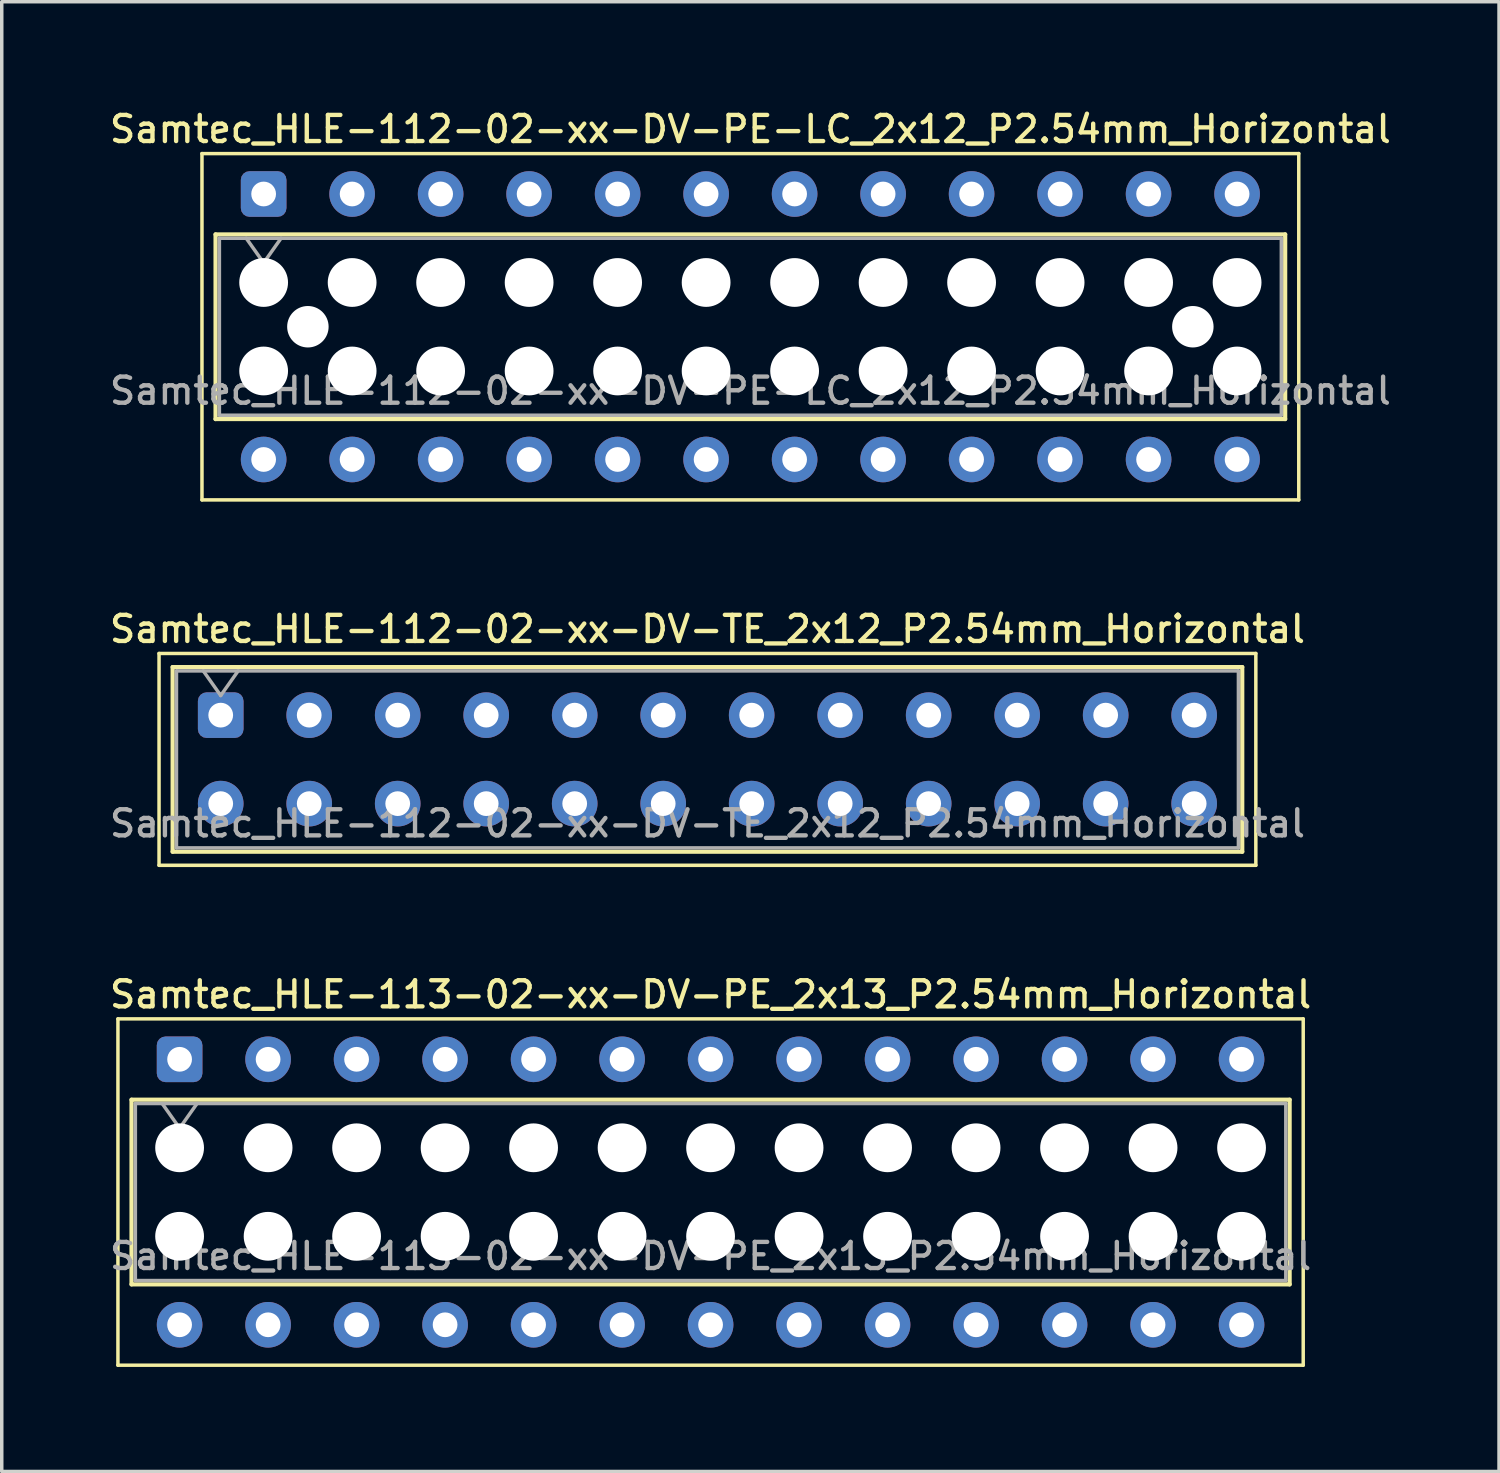
<source format=kicad_pcb>
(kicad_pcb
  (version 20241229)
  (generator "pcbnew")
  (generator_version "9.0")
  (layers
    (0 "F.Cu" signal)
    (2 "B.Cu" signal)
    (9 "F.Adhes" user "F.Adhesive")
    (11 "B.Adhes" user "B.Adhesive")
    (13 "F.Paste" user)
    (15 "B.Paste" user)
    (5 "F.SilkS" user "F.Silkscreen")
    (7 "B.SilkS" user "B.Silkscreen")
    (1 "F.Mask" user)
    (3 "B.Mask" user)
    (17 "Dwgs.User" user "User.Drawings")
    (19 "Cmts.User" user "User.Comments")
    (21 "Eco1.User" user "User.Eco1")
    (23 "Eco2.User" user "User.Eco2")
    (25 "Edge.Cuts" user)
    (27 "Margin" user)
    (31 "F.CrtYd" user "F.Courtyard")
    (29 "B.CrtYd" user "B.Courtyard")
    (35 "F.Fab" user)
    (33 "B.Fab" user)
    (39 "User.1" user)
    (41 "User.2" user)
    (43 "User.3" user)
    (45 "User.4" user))
  (footprint "Samtec_HLE-112-02-xx-DV-PE-LC_2x12_P2.54mm_Horizontal"
    (layer "F.Cu")
    (at 4.517 2.518)
    (property "Reference" "Samtec_HLE-112-02-xx-DV-PE-LC_2x12_P2.54mm_Horizontal" (at 13.97 -1.86 0) (layer "F.SilkS") (effects (font (size 0.75 0.75) (thickness 0.125))))
    (attr through_hole)
    (fp_line (start -1.77 -1.16) (end 29.71 -1.16) (stroke (width 0.1) (type solid)) (layer "F.SilkS"))
    (fp_line (start -1.77 8.78) (end -1.77 -1.16) (stroke (width 0.1) (type solid)) (layer "F.SilkS"))
    (fp_line (start -1.38 1.16) (end 29.32 1.16) (stroke (width 0.12) (type solid)) (layer "F.SilkS"))
    (fp_line (start -1.38 6.46) (end -1.38 1.16) (stroke (width 0.12) (type solid)) (layer "F.SilkS"))
    (fp_line (start 29.32 1.16) (end 29.32 6.46) (stroke (width 0.12) (type solid)) (layer "F.SilkS"))
    (fp_line (start 29.32 6.46) (end -1.38 6.46) (stroke (width 0.12) (type solid)) (layer "F.SilkS"))
    (fp_line (start 29.71 -1.16) (end 29.71 8.78) (stroke (width 0.1) (type solid)) (layer "F.SilkS"))
    (fp_line (start 29.71 8.78) (end -1.77 8.78) (stroke (width 0.1) (type solid)) (layer "F.SilkS"))
    (fp_line (start -1.27 1.27) (end 29.21 1.27) (stroke (width 0.1) (type solid)) (layer "F.Fab"))
    (fp_line (start -1.27 6.35) (end -1.27 1.27) (stroke (width 0.1) (type solid)) (layer "F.Fab"))
    (fp_line (start -0.5 1.27) (end 0 1.977) (stroke (width 0.1) (type solid)) (layer "F.Fab"))
    (fp_line (start 0 1.977) (end 0.5 1.27) (stroke (width 0.1) (type solid)) (layer "F.Fab"))
    (fp_line (start 29.21 1.27) (end 29.21 6.35) (stroke (width 0.1) (type solid)) (layer "F.Fab"))
    (fp_line (start 29.21 6.35) (end -1.27 6.35) (stroke (width 0.1) (type solid)) (layer "F.Fab"))
    (fp_text user "${REFERENCE}" (at 13.97 5.65 0) (layer "F.Fab") (effects (font (size 0.75 0.75) (thickness 0.125))))
    (pad "" np_thru_hole circle (at 0 2.54) (size 1.4 1.4) (drill 1.4) (layers "*.Cu" "*.Mask"))
    (pad "" np_thru_hole circle (at 0 5.08) (size 1.4 1.4) (drill 1.4) (layers "*.Cu" "*.Mask"))
    (pad "" np_thru_hole circle (at 1.27 3.81) (size 1.19 1.19) (drill 1.19) (layers "*.Cu" "*.Mask"))
    (pad "" np_thru_hole circle (at 2.54 2.54) (size 1.4 1.4) (drill 1.4) (layers "*.Cu" "*.Mask"))
    (pad "" np_thru_hole circle (at 2.54 5.08) (size 1.4 1.4) (drill 1.4) (layers "*.Cu" "*.Mask"))
    (pad "" np_thru_hole circle (at 5.08 2.54) (size 1.4 1.4) (drill 1.4) (layers "*.Cu" "*.Mask"))
    (pad "" np_thru_hole circle (at 5.08 5.08) (size 1.4 1.4) (drill 1.4) (layers "*.Cu" "*.Mask"))
    (pad "" np_thru_hole circle (at 7.62 2.54) (size 1.4 1.4) (drill 1.4) (layers "*.Cu" "*.Mask"))
    (pad "" np_thru_hole circle (at 7.62 5.08) (size 1.4 1.4) (drill 1.4) (layers "*.Cu" "*.Mask"))
    (pad "" np_thru_hole circle (at 10.16 2.54) (size 1.4 1.4) (drill 1.4) (layers "*.Cu" "*.Mask"))
    (pad "" np_thru_hole circle (at 10.16 5.08) (size 1.4 1.4) (drill 1.4) (layers "*.Cu" "*.Mask"))
    (pad "" np_thru_hole circle (at 12.7 2.54) (size 1.4 1.4) (drill 1.4) (layers "*.Cu" "*.Mask"))
    (pad "" np_thru_hole circle (at 12.7 5.08) (size 1.4 1.4) (drill 1.4) (layers "*.Cu" "*.Mask"))
    (pad "" np_thru_hole circle (at 15.24 2.54) (size 1.4 1.4) (drill 1.4) (layers "*.Cu" "*.Mask"))
    (pad "" np_thru_hole circle (at 15.24 5.08) (size 1.4 1.4) (drill 1.4) (layers "*.Cu" "*.Mask"))
    (pad "" np_thru_hole circle (at 17.78 2.54) (size 1.4 1.4) (drill 1.4) (layers "*.Cu" "*.Mask"))
    (pad "" np_thru_hole circle (at 17.78 5.08) (size 1.4 1.4) (drill 1.4) (layers "*.Cu" "*.Mask"))
    (pad "" np_thru_hole circle (at 20.32 2.54) (size 1.4 1.4) (drill 1.4) (layers "*.Cu" "*.Mask"))
    (pad "" np_thru_hole circle (at 20.32 5.08) (size 1.4 1.4) (drill 1.4) (layers "*.Cu" "*.Mask"))
    (pad "" np_thru_hole circle (at 22.86 2.54) (size 1.4 1.4) (drill 1.4) (layers "*.Cu" "*.Mask"))
    (pad "" np_thru_hole circle (at 22.86 5.08) (size 1.4 1.4) (drill 1.4) (layers "*.Cu" "*.Mask"))
    (pad "" np_thru_hole circle (at 25.4 2.54) (size 1.4 1.4) (drill 1.4) (layers "*.Cu" "*.Mask"))
    (pad "" np_thru_hole circle (at 25.4 5.08) (size 1.4 1.4) (drill 1.4) (layers "*.Cu" "*.Mask"))
    (pad "" np_thru_hole circle (at 26.67 3.81) (size 1.19 1.19) (drill 1.19) (layers "*.Cu" "*.Mask"))
    (pad "" np_thru_hole circle (at 27.94 2.54) (size 1.4 1.4) (drill 1.4) (layers "*.Cu" "*.Mask"))
    (pad "" np_thru_hole circle (at 27.94 5.08) (size 1.4 1.4) (drill 1.4) (layers "*.Cu" "*.Mask"))
    (pad "1" thru_hole roundrect (at 0 0) (size 1.31 1.31) (drill 0.71) (layers "*.Cu" "*.Mask") (roundrect_rratio 0.191))
    (pad "2" thru_hole circle (at 0 7.62) (size 1.31 1.31) (drill 0.71) (layers "*.Cu" "*.Mask"))
    (pad "3" thru_hole circle (at 2.54 0) (size 1.31 1.31) (drill 0.71) (layers "*.Cu" "*.Mask"))
    (pad "4" thru_hole circle (at 2.54 7.62) (size 1.31 1.31) (drill 0.71) (layers "*.Cu" "*.Mask"))
    (pad "5" thru_hole circle (at 5.08 0) (size 1.31 1.31) (drill 0.71) (layers "*.Cu" "*.Mask"))
    (pad "6" thru_hole circle (at 5.08 7.62) (size 1.31 1.31) (drill 0.71) (layers "*.Cu" "*.Mask"))
    (pad "7" thru_hole circle (at 7.62 0) (size 1.31 1.31) (drill 0.71) (layers "*.Cu" "*.Mask"))
    (pad "8" thru_hole circle (at 7.62 7.62) (size 1.31 1.31) (drill 0.71) (layers "*.Cu" "*.Mask"))
    (pad "9" thru_hole circle (at 10.16 0) (size 1.31 1.31) (drill 0.71) (layers "*.Cu" "*.Mask"))
    (pad "10" thru_hole circle (at 10.16 7.62) (size 1.31 1.31) (drill 0.71) (layers "*.Cu" "*.Mask"))
    (pad "11" thru_hole circle (at 12.7 0) (size 1.31 1.31) (drill 0.71) (layers "*.Cu" "*.Mask"))
    (pad "12" thru_hole circle (at 12.7 7.62) (size 1.31 1.31) (drill 0.71) (layers "*.Cu" "*.Mask"))
    (pad "13" thru_hole circle (at 15.24 0) (size 1.31 1.31) (drill 0.71) (layers "*.Cu" "*.Mask"))
    (pad "14" thru_hole circle (at 15.24 7.62) (size 1.31 1.31) (drill 0.71) (layers "*.Cu" "*.Mask"))
    (pad "15" thru_hole circle (at 17.78 0) (size 1.31 1.31) (drill 0.71) (layers "*.Cu" "*.Mask"))
    (pad "16" thru_hole circle (at 17.78 7.62) (size 1.31 1.31) (drill 0.71) (layers "*.Cu" "*.Mask"))
    (pad "17" thru_hole circle (at 20.32 0) (size 1.31 1.31) (drill 0.71) (layers "*.Cu" "*.Mask"))
    (pad "18" thru_hole circle (at 20.32 7.62) (size 1.31 1.31) (drill 0.71) (layers "*.Cu" "*.Mask"))
    (pad "19" thru_hole circle (at 22.86 0) (size 1.31 1.31) (drill 0.71) (layers "*.Cu" "*.Mask"))
    (pad "20" thru_hole circle (at 22.86 7.62) (size 1.31 1.31) (drill 0.71) (layers "*.Cu" "*.Mask"))
    (pad "21" thru_hole circle (at 25.4 0) (size 1.31 1.31) (drill 0.71) (layers "*.Cu" "*.Mask"))
    (pad "22" thru_hole circle (at 25.4 7.62) (size 1.31 1.31) (drill 0.71) (layers "*.Cu" "*.Mask"))
    (pad "23" thru_hole circle (at 27.94 0) (size 1.31 1.31) (drill 0.71) (layers "*.Cu" "*.Mask"))
    (pad "24" thru_hole circle (at 27.94 7.62) (size 1.31 1.31) (drill 0.71) (layers "*.Cu" "*.Mask")))
  (footprint "Samtec_HLE-112-02-xx-DV-TE_2x12_P2.54mm_Horizontal"
    (layer "F.Cu")
    (at 3.285 17.476)
    (property "Reference" "Samtec_HLE-112-02-xx-DV-TE_2x12_P2.54mm_Horizontal" (at 13.97 -2.47 0) (layer "F.SilkS") (effects (font (size 0.75 0.75) (thickness 0.125))))
    (attr through_hole)
    (fp_line (start -1.77 -1.77) (end 29.71 -1.77) (stroke (width 0.1) (type solid)) (layer "F.SilkS"))
    (fp_line (start -1.77 4.31) (end -1.77 -1.77) (stroke (width 0.1) (type solid)) (layer "F.SilkS"))
    (fp_line (start -1.38 -1.38) (end 29.32 -1.38) (stroke (width 0.12) (type solid)) (layer "F.SilkS"))
    (fp_line (start -1.38 3.92) (end -1.38 -1.38) (stroke (width 0.12) (type solid)) (layer "F.SilkS"))
    (fp_line (start 29.32 -1.38) (end 29.32 3.92) (stroke (width 0.12) (type solid)) (layer "F.SilkS"))
    (fp_line (start 29.32 3.92) (end -1.38 3.92) (stroke (width 0.12) (type solid)) (layer "F.SilkS"))
    (fp_line (start 29.71 -1.77) (end 29.71 4.31) (stroke (width 0.1) (type solid)) (layer "F.SilkS"))
    (fp_line (start 29.71 4.31) (end -1.77 4.31) (stroke (width 0.1) (type solid)) (layer "F.SilkS"))
    (fp_line (start -1.27 -1.27) (end 29.21 -1.27) (stroke (width 0.1) (type solid)) (layer "F.Fab"))
    (fp_line (start -1.27 3.81) (end -1.27 -1.27) (stroke (width 0.1) (type solid)) (layer "F.Fab"))
    (fp_line (start -0.5 -1.27) (end 0 -0.563) (stroke (width 0.1) (type solid)) (layer "F.Fab"))
    (fp_line (start 0 -0.563) (end 0.5 -1.27) (stroke (width 0.1) (type solid)) (layer "F.Fab"))
    (fp_line (start 29.21 -1.27) (end 29.21 3.81) (stroke (width 0.1) (type solid)) (layer "F.Fab"))
    (fp_line (start 29.21 3.81) (end -1.27 3.81) (stroke (width 0.1) (type solid)) (layer "F.Fab"))
    (fp_text user "${REFERENCE}" (at 13.97 3.11 0) (layer "F.Fab") (effects (font (size 0.75 0.75) (thickness 0.125))))
    (pad "1" thru_hole roundrect (at 0 0) (size 1.31 1.31) (drill 0.71) (layers "*.Cu" "*.Mask") (roundrect_rratio 0.191))
    (pad "2" thru_hole circle (at 0 2.54) (size 1.31 1.31) (drill 0.71) (layers "*.Cu" "*.Mask"))
    (pad "3" thru_hole circle (at 2.54 0) (size 1.31 1.31) (drill 0.71) (layers "*.Cu" "*.Mask"))
    (pad "4" thru_hole circle (at 2.54 2.54) (size 1.31 1.31) (drill 0.71) (layers "*.Cu" "*.Mask"))
    (pad "5" thru_hole circle (at 5.08 0) (size 1.31 1.31) (drill 0.71) (layers "*.Cu" "*.Mask"))
    (pad "6" thru_hole circle (at 5.08 2.54) (size 1.31 1.31) (drill 0.71) (layers "*.Cu" "*.Mask"))
    (pad "7" thru_hole circle (at 7.62 0) (size 1.31 1.31) (drill 0.71) (layers "*.Cu" "*.Mask"))
    (pad "8" thru_hole circle (at 7.62 2.54) (size 1.31 1.31) (drill 0.71) (layers "*.Cu" "*.Mask"))
    (pad "9" thru_hole circle (at 10.16 0) (size 1.31 1.31) (drill 0.71) (layers "*.Cu" "*.Mask"))
    (pad "10" thru_hole circle (at 10.16 2.54) (size 1.31 1.31) (drill 0.71) (layers "*.Cu" "*.Mask"))
    (pad "11" thru_hole circle (at 12.7 0) (size 1.31 1.31) (drill 0.71) (layers "*.Cu" "*.Mask"))
    (pad "12" thru_hole circle (at 12.7 2.54) (size 1.31 1.31) (drill 0.71) (layers "*.Cu" "*.Mask"))
    (pad "13" thru_hole circle (at 15.24 0) (size 1.31 1.31) (drill 0.71) (layers "*.Cu" "*.Mask"))
    (pad "14" thru_hole circle (at 15.24 2.54) (size 1.31 1.31) (drill 0.71) (layers "*.Cu" "*.Mask"))
    (pad "15" thru_hole circle (at 17.78 0) (size 1.31 1.31) (drill 0.71) (layers "*.Cu" "*.Mask"))
    (pad "16" thru_hole circle (at 17.78 2.54) (size 1.31 1.31) (drill 0.71) (layers "*.Cu" "*.Mask"))
    (pad "17" thru_hole circle (at 20.32 0) (size 1.31 1.31) (drill 0.71) (layers "*.Cu" "*.Mask"))
    (pad "18" thru_hole circle (at 20.32 2.54) (size 1.31 1.31) (drill 0.71) (layers "*.Cu" "*.Mask"))
    (pad "19" thru_hole circle (at 22.86 0) (size 1.31 1.31) (drill 0.71) (layers "*.Cu" "*.Mask"))
    (pad "20" thru_hole circle (at 22.86 2.54) (size 1.31 1.31) (drill 0.71) (layers "*.Cu" "*.Mask"))
    (pad "21" thru_hole circle (at 25.4 0) (size 1.31 1.31) (drill 0.71) (layers "*.Cu" "*.Mask"))
    (pad "22" thru_hole circle (at 25.4 2.54) (size 1.31 1.31) (drill 0.71) (layers "*.Cu" "*.Mask"))
    (pad "23" thru_hole circle (at 27.94 0) (size 1.31 1.31) (drill 0.71) (layers "*.Cu" "*.Mask"))
    (pad "24" thru_hole circle (at 27.94 2.54) (size 1.31 1.31) (drill 0.71) (layers "*.Cu" "*.Mask")))
  (footprint "Samtec_HLE-113-02-xx-DV-PE_2x13_P2.54mm_Horizontal"
    (layer "F.Cu")
    (at 2.105 27.354)
    (property "Reference" "Samtec_HLE-113-02-xx-DV-PE_2x13_P2.54mm_Horizontal" (at 15.24 -1.86 0) (layer "F.SilkS") (effects (font (size 0.75 0.75) (thickness 0.125))))
    (attr through_hole)
    (fp_line (start -1.77 -1.16) (end 32.25 -1.16) (stroke (width 0.1) (type solid)) (layer "F.SilkS"))
    (fp_line (start -1.77 8.78) (end -1.77 -1.16) (stroke (width 0.1) (type solid)) (layer "F.SilkS"))
    (fp_line (start -1.38 1.16) (end 31.86 1.16) (stroke (width 0.12) (type solid)) (layer "F.SilkS"))
    (fp_line (start -1.38 6.46) (end -1.38 1.16) (stroke (width 0.12) (type solid)) (layer "F.SilkS"))
    (fp_line (start 31.86 1.16) (end 31.86 6.46) (stroke (width 0.12) (type solid)) (layer "F.SilkS"))
    (fp_line (start 31.86 6.46) (end -1.38 6.46) (stroke (width 0.12) (type solid)) (layer "F.SilkS"))
    (fp_line (start 32.25 -1.16) (end 32.25 8.78) (stroke (width 0.1) (type solid)) (layer "F.SilkS"))
    (fp_line (start 32.25 8.78) (end -1.77 8.78) (stroke (width 0.1) (type solid)) (layer "F.SilkS"))
    (fp_line (start -1.27 1.27) (end 31.75 1.27) (stroke (width 0.1) (type solid)) (layer "F.Fab"))
    (fp_line (start -1.27 6.35) (end -1.27 1.27) (stroke (width 0.1) (type solid)) (layer "F.Fab"))
    (fp_line (start -0.5 1.27) (end 0 1.977) (stroke (width 0.1) (type solid)) (layer "F.Fab"))
    (fp_line (start 0 1.977) (end 0.5 1.27) (stroke (width 0.1) (type solid)) (layer "F.Fab"))
    (fp_line (start 31.75 1.27) (end 31.75 6.35) (stroke (width 0.1) (type solid)) (layer "F.Fab"))
    (fp_line (start 31.75 6.35) (end -1.27 6.35) (stroke (width 0.1) (type solid)) (layer "F.Fab"))
    (fp_text user "${REFERENCE}" (at 15.24 5.65 0) (layer "F.Fab") (effects (font (size 0.75 0.75) (thickness 0.125))))
    (pad "" np_thru_hole circle (at 0 2.54) (size 1.4 1.4) (drill 1.4) (layers "*.Cu" "*.Mask"))
    (pad "" np_thru_hole circle (at 0 5.08) (size 1.4 1.4) (drill 1.4) (layers "*.Cu" "*.Mask"))
    (pad "" np_thru_hole circle (at 2.54 2.54) (size 1.4 1.4) (drill 1.4) (layers "*.Cu" "*.Mask"))
    (pad "" np_thru_hole circle (at 2.54 5.08) (size 1.4 1.4) (drill 1.4) (layers "*.Cu" "*.Mask"))
    (pad "" np_thru_hole circle (at 5.08 2.54) (size 1.4 1.4) (drill 1.4) (layers "*.Cu" "*.Mask"))
    (pad "" np_thru_hole circle (at 5.08 5.08) (size 1.4 1.4) (drill 1.4) (layers "*.Cu" "*.Mask"))
    (pad "" np_thru_hole circle (at 7.62 2.54) (size 1.4 1.4) (drill 1.4) (layers "*.Cu" "*.Mask"))
    (pad "" np_thru_hole circle (at 7.62 5.08) (size 1.4 1.4) (drill 1.4) (layers "*.Cu" "*.Mask"))
    (pad "" np_thru_hole circle (at 10.16 2.54) (size 1.4 1.4) (drill 1.4) (layers "*.Cu" "*.Mask"))
    (pad "" np_thru_hole circle (at 10.16 5.08) (size 1.4 1.4) (drill 1.4) (layers "*.Cu" "*.Mask"))
    (pad "" np_thru_hole circle (at 12.7 2.54) (size 1.4 1.4) (drill 1.4) (layers "*.Cu" "*.Mask"))
    (pad "" np_thru_hole circle (at 12.7 5.08) (size 1.4 1.4) (drill 1.4) (layers "*.Cu" "*.Mask"))
    (pad "" np_thru_hole circle (at 15.24 2.54) (size 1.4 1.4) (drill 1.4) (layers "*.Cu" "*.Mask"))
    (pad "" np_thru_hole circle (at 15.24 5.08) (size 1.4 1.4) (drill 1.4) (layers "*.Cu" "*.Mask"))
    (pad "" np_thru_hole circle (at 17.78 2.54) (size 1.4 1.4) (drill 1.4) (layers "*.Cu" "*.Mask"))
    (pad "" np_thru_hole circle (at 17.78 5.08) (size 1.4 1.4) (drill 1.4) (layers "*.Cu" "*.Mask"))
    (pad "" np_thru_hole circle (at 20.32 2.54) (size 1.4 1.4) (drill 1.4) (layers "*.Cu" "*.Mask"))
    (pad "" np_thru_hole circle (at 20.32 5.08) (size 1.4 1.4) (drill 1.4) (layers "*.Cu" "*.Mask"))
    (pad "" np_thru_hole circle (at 22.86 2.54) (size 1.4 1.4) (drill 1.4) (layers "*.Cu" "*.Mask"))
    (pad "" np_thru_hole circle (at 22.86 5.08) (size 1.4 1.4) (drill 1.4) (layers "*.Cu" "*.Mask"))
    (pad "" np_thru_hole circle (at 25.4 2.54) (size 1.4 1.4) (drill 1.4) (layers "*.Cu" "*.Mask"))
    (pad "" np_thru_hole circle (at 25.4 5.08) (size 1.4 1.4) (drill 1.4) (layers "*.Cu" "*.Mask"))
    (pad "" np_thru_hole circle (at 27.94 2.54) (size 1.4 1.4) (drill 1.4) (layers "*.Cu" "*.Mask"))
    (pad "" np_thru_hole circle (at 27.94 5.08) (size 1.4 1.4) (drill 1.4) (layers "*.Cu" "*.Mask"))
    (pad "" np_thru_hole circle (at 30.48 2.54) (size 1.4 1.4) (drill 1.4) (layers "*.Cu" "*.Mask"))
    (pad "" np_thru_hole circle (at 30.48 5.08) (size 1.4 1.4) (drill 1.4) (layers "*.Cu" "*.Mask"))
    (pad "1" thru_hole roundrect (at 0 0) (size 1.31 1.31) (drill 0.71) (layers "*.Cu" "*.Mask") (roundrect_rratio 0.191))
    (pad "2" thru_hole circle (at 0 7.62) (size 1.31 1.31) (drill 0.71) (layers "*.Cu" "*.Mask"))
    (pad "3" thru_hole circle (at 2.54 0) (size 1.31 1.31) (drill 0.71) (layers "*.Cu" "*.Mask"))
    (pad "4" thru_hole circle (at 2.54 7.62) (size 1.31 1.31) (drill 0.71) (layers "*.Cu" "*.Mask"))
    (pad "5" thru_hole circle (at 5.08 0) (size 1.31 1.31) (drill 0.71) (layers "*.Cu" "*.Mask"))
    (pad "6" thru_hole circle (at 5.08 7.62) (size 1.31 1.31) (drill 0.71) (layers "*.Cu" "*.Mask"))
    (pad "7" thru_hole circle (at 7.62 0) (size 1.31 1.31) (drill 0.71) (layers "*.Cu" "*.Mask"))
    (pad "8" thru_hole circle (at 7.62 7.62) (size 1.31 1.31) (drill 0.71) (layers "*.Cu" "*.Mask"))
    (pad "9" thru_hole circle (at 10.16 0) (size 1.31 1.31) (drill 0.71) (layers "*.Cu" "*.Mask"))
    (pad "10" thru_hole circle (at 10.16 7.62) (size 1.31 1.31) (drill 0.71) (layers "*.Cu" "*.Mask"))
    (pad "11" thru_hole circle (at 12.7 0) (size 1.31 1.31) (drill 0.71) (layers "*.Cu" "*.Mask"))
    (pad "12" thru_hole circle (at 12.7 7.62) (size 1.31 1.31) (drill 0.71) (layers "*.Cu" "*.Mask"))
    (pad "13" thru_hole circle (at 15.24 0) (size 1.31 1.31) (drill 0.71) (layers "*.Cu" "*.Mask"))
    (pad "14" thru_hole circle (at 15.24 7.62) (size 1.31 1.31) (drill 0.71) (layers "*.Cu" "*.Mask"))
    (pad "15" thru_hole circle (at 17.78 0) (size 1.31 1.31) (drill 0.71) (layers "*.Cu" "*.Mask"))
    (pad "16" thru_hole circle (at 17.78 7.62) (size 1.31 1.31) (drill 0.71) (layers "*.Cu" "*.Mask"))
    (pad "17" thru_hole circle (at 20.32 0) (size 1.31 1.31) (drill 0.71) (layers "*.Cu" "*.Mask"))
    (pad "18" thru_hole circle (at 20.32 7.62) (size 1.31 1.31) (drill 0.71) (layers "*.Cu" "*.Mask"))
    (pad "19" thru_hole circle (at 22.86 0) (size 1.31 1.31) (drill 0.71) (layers "*.Cu" "*.Mask"))
    (pad "20" thru_hole circle (at 22.86 7.62) (size 1.31 1.31) (drill 0.71) (layers "*.Cu" "*.Mask"))
    (pad "21" thru_hole circle (at 25.4 0) (size 1.31 1.31) (drill 0.71) (layers "*.Cu" "*.Mask"))
    (pad "22" thru_hole circle (at 25.4 7.62) (size 1.31 1.31) (drill 0.71) (layers "*.Cu" "*.Mask"))
    (pad "23" thru_hole circle (at 27.94 0) (size 1.31 1.31) (drill 0.71) (layers "*.Cu" "*.Mask"))
    (pad "24" thru_hole circle (at 27.94 7.62) (size 1.31 1.31) (drill 0.71) (layers "*.Cu" "*.Mask"))
    (pad "25" thru_hole circle (at 30.48 0) (size 1.31 1.31) (drill 0.71) (layers "*.Cu" "*.Mask"))
    (pad "26" thru_hole circle (at 30.48 7.62) (size 1.31 1.31) (drill 0.71) (layers "*.Cu" "*.Mask")))
  (gr_rect
    (start -3 -3)
    (end 39.975 39.184)
    (stroke (width 0.1) (type default))
    (fill no)
    (layer "Edge.Cuts")))
</source>
